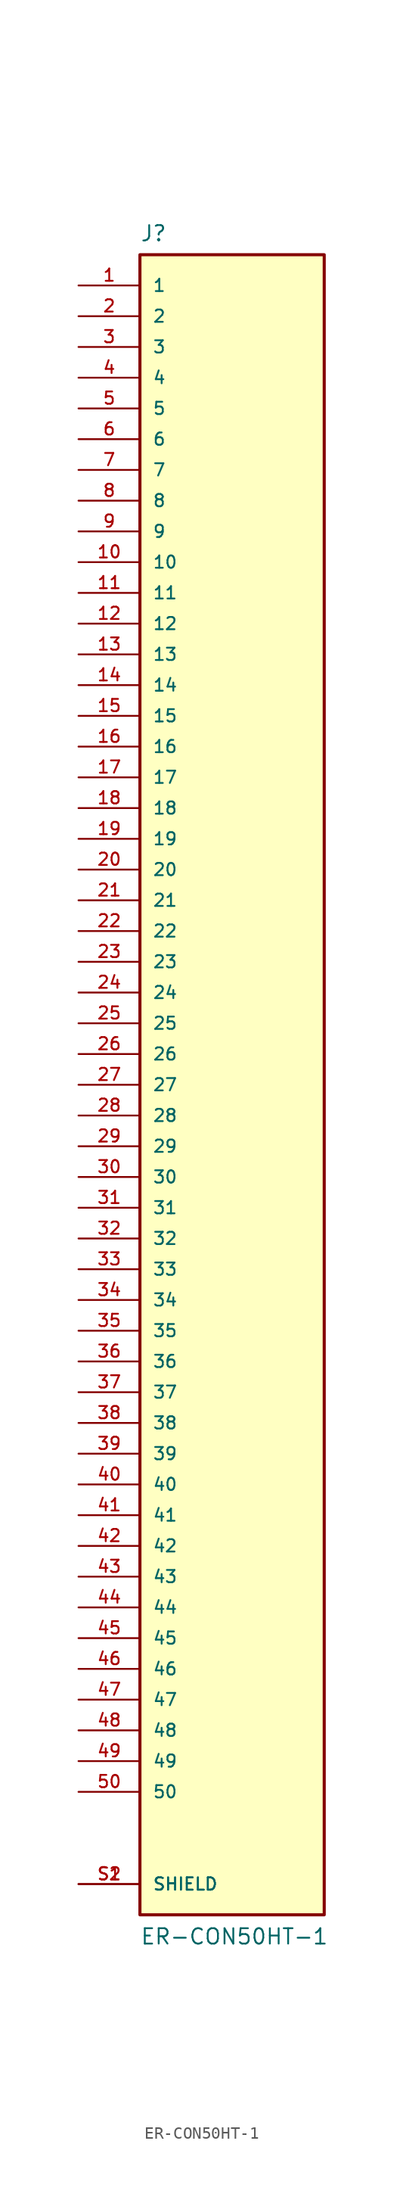
<source format=kicad_sym>
(kicad_symbol_lib
  (version 20211014)
  (generator kicad_symbol_editor)
  (symbol "ER-CON50HT-1"
    (pin_names
      (offset 1.016))
    (property "Reference" "J"
      (at -7.62 69.596 0)
      (effects (font (size 1.27 1.27)) (justify bottom left)))
    (property "Value" "ER-CON50HT-1"
      (at -7.62 -71.12 0)
      (effects (font (size 1.27 1.27)) (justify bottom left)))
    (symbol "ER-CON50HT-1_0_0"
      (rectangle (start -7.62 -68.58) (end 7.62 68.58) (stroke (width 0.254)) (fill (type background)))
      (pin passive line (at -12.7 66.04 0) (length 5.08) (name "1" (effects (font (size 1.016 1.016)))) (number "1" (effects (font (size 1.016 1.016)))))
      (pin passive line (at -12.7 63.5 0) (length 5.08) (name "2" (effects (font (size 1.016 1.016)))) (number "2" (effects (font (size 1.016 1.016)))))
      (pin passive line (at -12.7 60.96 0) (length 5.08) (name "3" (effects (font (size 1.016 1.016)))) (number "3" (effects (font (size 1.016 1.016)))))
      (pin passive line (at -12.7 58.42 0) (length 5.08) (name "4" (effects (font (size 1.016 1.016)))) (number "4" (effects (font (size 1.016 1.016)))))
      (pin passive line (at -12.7 55.88 0) (length 5.08) (name "5" (effects (font (size 1.016 1.016)))) (number "5" (effects (font (size 1.016 1.016)))))
      (pin passive line (at -12.7 53.34 0) (length 5.08) (name "6" (effects (font (size 1.016 1.016)))) (number "6" (effects (font (size 1.016 1.016)))))
      (pin passive line (at -12.7 50.8 0) (length 5.08) (name "7" (effects (font (size 1.016 1.016)))) (number "7" (effects (font (size 1.016 1.016)))))
      (pin passive line (at -12.7 48.26 0) (length 5.08) (name "8" (effects (font (size 1.016 1.016)))) (number "8" (effects (font (size 1.016 1.016)))))
      (pin passive line (at -12.7 45.72 0) (length 5.08) (name "9" (effects (font (size 1.016 1.016)))) (number "9" (effects (font (size 1.016 1.016)))))
      (pin passive line (at -12.7 43.18 0) (length 5.08) (name "10" (effects (font (size 1.016 1.016)))) (number "10" (effects (font (size 1.016 1.016)))))
      (pin passive line (at -12.7 40.64 0) (length 5.08) (name "11" (effects (font (size 1.016 1.016)))) (number "11" (effects (font (size 1.016 1.016)))))
      (pin passive line (at -12.7 38.1 0) (length 5.08) (name "12" (effects (font (size 1.016 1.016)))) (number "12" (effects (font (size 1.016 1.016)))))
      (pin passive line (at -12.7 35.56 0) (length 5.08) (name "13" (effects (font (size 1.016 1.016)))) (number "13" (effects (font (size 1.016 1.016)))))
      (pin passive line (at -12.7 33.02 0) (length 5.08) (name "14" (effects (font (size 1.016 1.016)))) (number "14" (effects (font (size 1.016 1.016)))))
      (pin passive line (at -12.7 30.48 0) (length 5.08) (name "15" (effects (font (size 1.016 1.016)))) (number "15" (effects (font (size 1.016 1.016)))))
      (pin passive line (at -12.7 27.94 0) (length 5.08) (name "16" (effects (font (size 1.016 1.016)))) (number "16" (effects (font (size 1.016 1.016)))))
      (pin passive line (at -12.7 25.4 0) (length 5.08) (name "17" (effects (font (size 1.016 1.016)))) (number "17" (effects (font (size 1.016 1.016)))))
      (pin passive line (at -12.7 22.86 0) (length 5.08) (name "18" (effects (font (size 1.016 1.016)))) (number "18" (effects (font (size 1.016 1.016)))))
      (pin passive line (at -12.7 20.32 0) (length 5.08) (name "19" (effects (font (size 1.016 1.016)))) (number "19" (effects (font (size 1.016 1.016)))))
      (pin passive line (at -12.7 17.78 0) (length 5.08) (name "20" (effects (font (size 1.016 1.016)))) (number "20" (effects (font (size 1.016 1.016)))))
      (pin passive line (at -12.7 15.24 0) (length 5.08) (name "21" (effects (font (size 1.016 1.016)))) (number "21" (effects (font (size 1.016 1.016)))))
      (pin passive line (at -12.7 12.7 0) (length 5.08) (name "22" (effects (font (size 1.016 1.016)))) (number "22" (effects (font (size 1.016 1.016)))))
      (pin passive line (at -12.7 10.16 0) (length 5.08) (name "23" (effects (font (size 1.016 1.016)))) (number "23" (effects (font (size 1.016 1.016)))))
      (pin passive line (at -12.7 7.62 0) (length 5.08) (name "24" (effects (font (size 1.016 1.016)))) (number "24" (effects (font (size 1.016 1.016)))))
      (pin passive line (at -12.7 5.08 0) (length 5.08) (name "25" (effects (font (size 1.016 1.016)))) (number "25" (effects (font (size 1.016 1.016)))))
      (pin passive line (at -12.7 2.54 0) (length 5.08) (name "26" (effects (font (size 1.016 1.016)))) (number "26" (effects (font (size 1.016 1.016)))))
      (pin passive line (at -12.7 0.0 0) (length 5.08) (name "27" (effects (font (size 1.016 1.016)))) (number "27" (effects (font (size 1.016 1.016)))))
      (pin passive line (at -12.7 -2.54 0) (length 5.08) (name "28" (effects (font (size 1.016 1.016)))) (number "28" (effects (font (size 1.016 1.016)))))
      (pin passive line (at -12.7 -5.08 0) (length 5.08) (name "29" (effects (font (size 1.016 1.016)))) (number "29" (effects (font (size 1.016 1.016)))))
      (pin passive line (at -12.7 -7.62 0) (length 5.08) (name "30" (effects (font (size 1.016 1.016)))) (number "30" (effects (font (size 1.016 1.016)))))
      (pin passive line (at -12.7 -10.16 0) (length 5.08) (name "31" (effects (font (size 1.016 1.016)))) (number "31" (effects (font (size 1.016 1.016)))))
      (pin passive line (at -12.7 -12.7 0) (length 5.08) (name "32" (effects (font (size 1.016 1.016)))) (number "32" (effects (font (size 1.016 1.016)))))
      (pin passive line (at -12.7 -15.24 0) (length 5.08) (name "33" (effects (font (size 1.016 1.016)))) (number "33" (effects (font (size 1.016 1.016)))))
      (pin passive line (at -12.7 -17.78 0) (length 5.08) (name "34" (effects (font (size 1.016 1.016)))) (number "34" (effects (font (size 1.016 1.016)))))
      (pin passive line (at -12.7 -20.32 0) (length 5.08) (name "35" (effects (font (size 1.016 1.016)))) (number "35" (effects (font (size 1.016 1.016)))))
      (pin passive line (at -12.7 -22.86 0) (length 5.08) (name "36" (effects (font (size 1.016 1.016)))) (number "36" (effects (font (size 1.016 1.016)))))
      (pin passive line (at -12.7 -25.4 0) (length 5.08) (name "37" (effects (font (size 1.016 1.016)))) (number "37" (effects (font (size 1.016 1.016)))))
      (pin passive line (at -12.7 -27.94 0) (length 5.08) (name "38" (effects (font (size 1.016 1.016)))) (number "38" (effects (font (size 1.016 1.016)))))
      (pin passive line (at -12.7 -30.48 0) (length 5.08) (name "39" (effects (font (size 1.016 1.016)))) (number "39" (effects (font (size 1.016 1.016)))))
      (pin passive line (at -12.7 -33.02 0) (length 5.08) (name "40" (effects (font (size 1.016 1.016)))) (number "40" (effects (font (size 1.016 1.016)))))
      (pin passive line (at -12.7 -35.56 0) (length 5.08) (name "41" (effects (font (size 1.016 1.016)))) (number "41" (effects (font (size 1.016 1.016)))))
      (pin passive line (at -12.7 -38.1 0) (length 5.08) (name "42" (effects (font (size 1.016 1.016)))) (number "42" (effects (font (size 1.016 1.016)))))
      (pin passive line (at -12.7 -40.64 0) (length 5.08) (name "43" (effects (font (size 1.016 1.016)))) (number "43" (effects (font (size 1.016 1.016)))))
      (pin passive line (at -12.7 -43.18 0) (length 5.08) (name "44" (effects (font (size 1.016 1.016)))) (number "44" (effects (font (size 1.016 1.016)))))
      (pin passive line (at -12.7 -45.72 0) (length 5.08) (name "45" (effects (font (size 1.016 1.016)))) (number "45" (effects (font (size 1.016 1.016)))))
      (pin passive line (at -12.7 -48.26 0) (length 5.08) (name "46" (effects (font (size 1.016 1.016)))) (number "46" (effects (font (size 1.016 1.016)))))
      (pin passive line (at -12.7 -50.8 0) (length 5.08) (name "47" (effects (font (size 1.016 1.016)))) (number "47" (effects (font (size 1.016 1.016)))))
      (pin passive line (at -12.7 -53.34 0) (length 5.08) (name "48" (effects (font (size 1.016 1.016)))) (number "48" (effects (font (size 1.016 1.016)))))
      (pin passive line (at -12.7 -55.88 0) (length 5.08) (name "49" (effects (font (size 1.016 1.016)))) (number "49" (effects (font (size 1.016 1.016)))))
      (pin passive line (at -12.7 -58.42 0) (length 5.08) (name "50" (effects (font (size 1.016 1.016)))) (number "50" (effects (font (size 1.016 1.016)))))
      (pin passive line (at -12.7 -66.04 0) (length 5.08) (name "SHIELD" (effects (font (size 1.016 1.016)))) (number "S1" (effects (font (size 1.016 1.016)))))
      (pin passive line (at -12.7 -66.04 0) (length 5.08) (name "SHIELD" (effects (font (size 1.016 1.016)))) (number "S2" (effects (font (size 1.016 1.016))))))))
</source>
